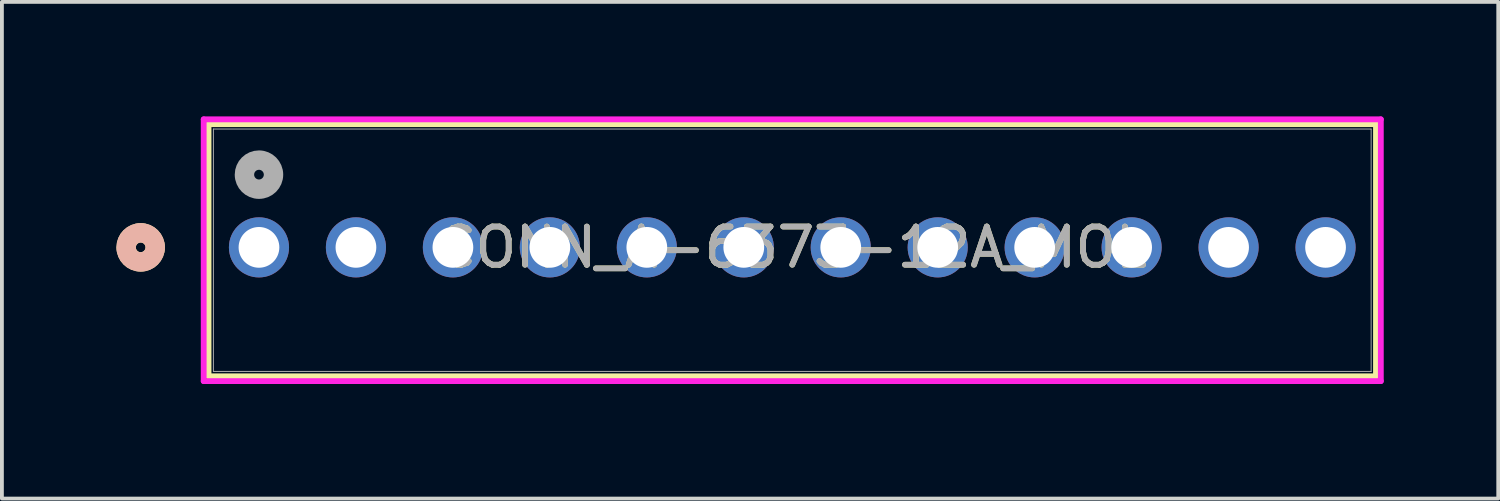
<source format=kicad_pcb>
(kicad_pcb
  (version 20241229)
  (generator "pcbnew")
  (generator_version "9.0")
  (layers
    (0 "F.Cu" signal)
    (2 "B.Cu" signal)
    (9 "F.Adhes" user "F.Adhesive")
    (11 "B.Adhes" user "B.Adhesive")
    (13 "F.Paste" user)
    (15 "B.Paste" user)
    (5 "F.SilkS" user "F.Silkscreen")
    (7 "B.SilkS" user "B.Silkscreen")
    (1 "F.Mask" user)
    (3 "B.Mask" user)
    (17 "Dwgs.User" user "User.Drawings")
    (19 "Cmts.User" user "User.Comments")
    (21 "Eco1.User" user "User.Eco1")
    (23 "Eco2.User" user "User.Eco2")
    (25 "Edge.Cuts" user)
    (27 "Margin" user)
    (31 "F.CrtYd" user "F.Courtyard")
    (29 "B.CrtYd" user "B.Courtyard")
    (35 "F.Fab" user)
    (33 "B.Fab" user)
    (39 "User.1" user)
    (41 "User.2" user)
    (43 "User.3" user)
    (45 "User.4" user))
  (footprint "CONN_A-6373-12A_MOL"
    (layer "F.Cu")
    (at 3.734 3.43)
    (property "Reference" "CONN_A-6373-12A_MOL" (at 13.97 0 0) (unlocked yes) (layer "F.SilkS") (effects (font (size 1 1) (thickness 0.15))))
    (attr through_hole)
    (fp_line (start -1.321 -3.227) (end -1.321 3.377) (stroke (width 0.152) (type solid)) (layer "F.SilkS"))
    (fp_line (start -1.321 3.377) (end 29.261 3.377) (stroke (width 0.152) (type solid)) (layer "F.SilkS"))
    (fp_line (start 29.261 -3.227) (end -1.321 -3.227) (stroke (width 0.152) (type solid)) (layer "F.SilkS"))
    (fp_line (start 29.261 3.377) (end 29.261 -3.227) (stroke (width 0.152) (type solid)) (layer "F.SilkS"))
    (fp_circle (center -3.099 0) (end -2.718 0) (stroke (width 0.508) (type solid)) (fill no) (layer "F.SilkS"))
    (fp_circle (center -3.099 0) (end -2.718 0) (stroke (width 0.508) (type solid)) (fill no) (layer "B.SilkS"))
    (fp_line (start -1.448 -3.354) (end -1.448 3.504) (stroke (width 0.152) (type solid)) (layer "F.CrtYd"))
    (fp_line (start -1.448 3.504) (end 29.388 3.504) (stroke (width 0.152) (type solid)) (layer "F.CrtYd"))
    (fp_line (start 29.388 -3.354) (end -1.448 -3.354) (stroke (width 0.152) (type solid)) (layer "F.CrtYd"))
    (fp_line (start 29.388 3.504) (end 29.388 -3.354) (stroke (width 0.152) (type solid)) (layer "F.CrtYd"))
    (fp_line (start -1.194 -3.1) (end -1.194 3.25) (stroke (width 0.025) (type solid)) (layer "F.Fab"))
    (fp_line (start -1.194 3.25) (end 29.134 3.25) (stroke (width 0.025) (type solid)) (layer "F.Fab"))
    (fp_line (start 29.134 -3.1) (end -1.194 -3.1) (stroke (width 0.025) (type solid)) (layer "F.Fab"))
    (fp_line (start 29.134 3.25) (end 29.134 -3.1) (stroke (width 0.025) (type solid)) (layer "F.Fab"))
    (fp_circle (center 0 -1.905) (end 0.381 -1.905) (stroke (width 0.508) (type solid)) (fill no) (layer "F.Fab"))
    (fp_text user "${REFERENCE}" (at 13.97 0 0) (unlocked yes) (layer "F.Fab") (effects (font (size 1 1) (thickness 0.15))))
    (pad "1" thru_hole circle (at 0 0) (size 1.575 1.575) (drill 1.067) (layers "*.Cu" "*.Mask"))
    (pad "2" thru_hole circle (at 2.54 0) (size 1.575 1.575) (drill 1.067) (layers "*.Cu" "*.Mask"))
    (pad "3" thru_hole circle (at 5.08 0) (size 1.575 1.575) (drill 1.067) (layers "*.Cu" "*.Mask"))
    (pad "4" thru_hole circle (at 7.62 0) (size 1.575 1.575) (drill 1.067) (layers "*.Cu" "*.Mask"))
    (pad "5" thru_hole circle (at 10.16 0) (size 1.575 1.575) (drill 1.067) (layers "*.Cu" "*.Mask"))
    (pad "6" thru_hole circle (at 12.7 0) (size 1.575 1.575) (drill 1.067) (layers "*.Cu" "*.Mask"))
    (pad "7" thru_hole circle (at 15.24 0) (size 1.575 1.575) (drill 1.067) (layers "*.Cu" "*.Mask"))
    (pad "8" thru_hole circle (at 17.78 0) (size 1.575 1.575) (drill 1.067) (layers "*.Cu" "*.Mask"))
    (pad "9" thru_hole circle (at 20.32 0) (size 1.575 1.575) (drill 1.067) (layers "*.Cu" "*.Mask"))
    (pad "10" thru_hole circle (at 22.86 0) (size 1.575 1.575) (drill 1.067) (layers "*.Cu" "*.Mask"))
    (pad "11" thru_hole circle (at 25.4 0) (size 1.575 1.575) (drill 1.067) (layers "*.Cu" "*.Mask"))
    (pad "12" thru_hole circle (at 27.94 0) (size 1.575 1.575) (drill 1.067) (layers "*.Cu" "*.Mask")))
  (gr_rect
    (start -3 -3)
    (end 36.198 10.01)
    (stroke (width 0.1) (type default))
    (fill no)
    (layer "Edge.Cuts")))
</source>
